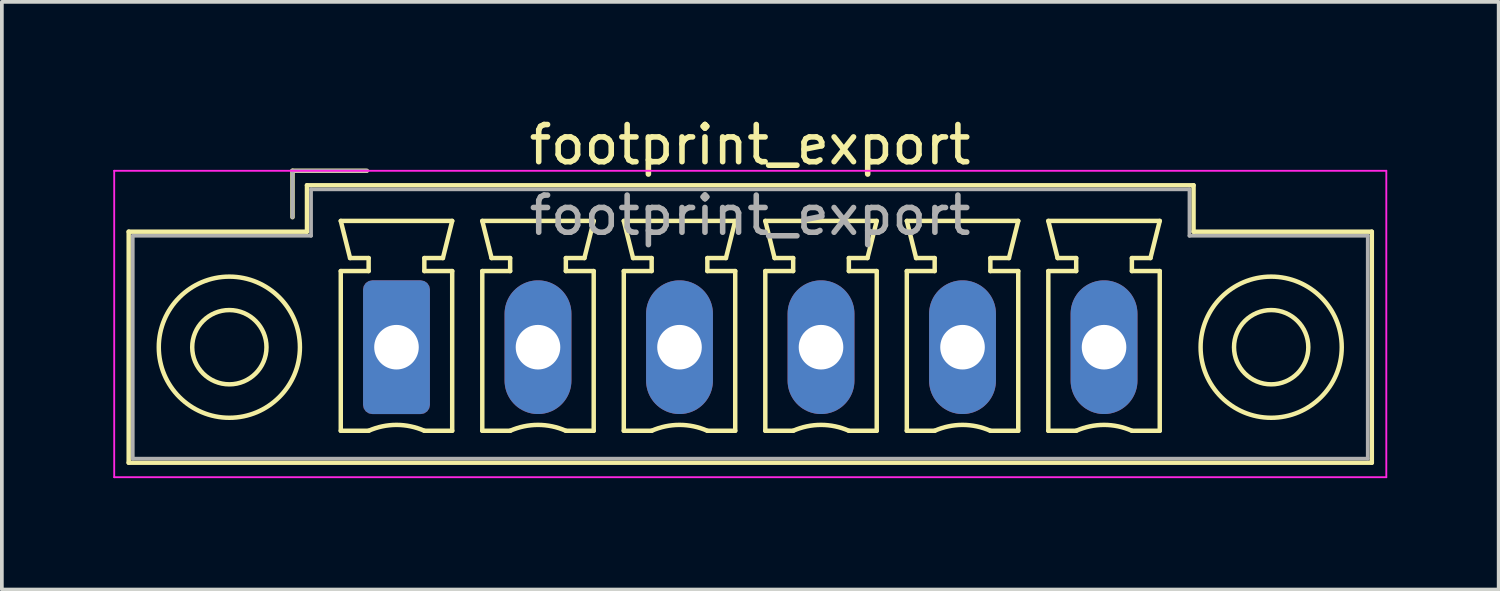
<source format=kicad_pcb>
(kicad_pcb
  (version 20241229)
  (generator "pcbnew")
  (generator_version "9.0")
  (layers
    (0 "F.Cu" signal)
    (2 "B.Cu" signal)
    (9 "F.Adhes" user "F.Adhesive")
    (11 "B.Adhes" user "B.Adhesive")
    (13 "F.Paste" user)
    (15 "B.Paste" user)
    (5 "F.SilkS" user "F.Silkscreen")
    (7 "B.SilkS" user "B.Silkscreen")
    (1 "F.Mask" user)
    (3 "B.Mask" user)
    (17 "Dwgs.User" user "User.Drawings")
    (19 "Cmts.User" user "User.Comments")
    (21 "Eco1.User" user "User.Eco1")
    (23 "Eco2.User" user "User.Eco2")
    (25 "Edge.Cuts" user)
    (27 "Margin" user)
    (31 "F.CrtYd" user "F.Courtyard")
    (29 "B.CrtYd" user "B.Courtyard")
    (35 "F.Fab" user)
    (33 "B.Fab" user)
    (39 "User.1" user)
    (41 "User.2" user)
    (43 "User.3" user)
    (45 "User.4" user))
  (footprint "footprint_export"
    (layer "F.Cu")
    (at 7.625 6.298)
    (property "Reference" "footprint_export" (at 9.52 -5.45 0) (layer "F.SilkS") (effects (font (size 1 1) (thickness 0.15))))
    (attr through_hole)
    (fp_line (start -7.21 -3.11) (end -7.21 3.11) (stroke (width 0.12) (type solid)) (layer "F.SilkS"))
    (fp_line (start -7.21 3.11) (end 26.26 3.11) (stroke (width 0.12) (type solid)) (layer "F.SilkS"))
    (fp_line (start -2.8 -4.75) (end -0.8 -4.75) (stroke (width 0.12) (type solid)) (layer "F.SilkS"))
    (fp_line (start -2.8 -3.5) (end -2.8 -4.75) (stroke (width 0.12) (type solid)) (layer "F.SilkS"))
    (fp_line (start -2.41 -4.36) (end -2.41 -3.11) (stroke (width 0.12) (type solid)) (layer "F.SilkS"))
    (fp_line (start -2.41 -3.11) (end -7.21 -3.11) (stroke (width 0.12) (type solid)) (layer "F.SilkS"))
    (fp_line (start -1.5 -3.4) (end 1.5 -3.4) (stroke (width 0.12) (type solid)) (layer "F.SilkS"))
    (fp_line (start -1.5 -2.05) (end -0.75 -2.05) (stroke (width 0.12) (type solid)) (layer "F.SilkS"))
    (fp_line (start -1.5 2.25) (end -1.5 -2.05) (stroke (width 0.12) (type solid)) (layer "F.SilkS"))
    (fp_line (start -1.25 -2.4) (end -1.5 -3.4) (stroke (width 0.12) (type solid)) (layer "F.SilkS"))
    (fp_line (start -0.75 -2.4) (end -1.25 -2.4) (stroke (width 0.12) (type solid)) (layer "F.SilkS"))
    (fp_line (start -0.75 -2.05) (end -0.75 -2.4) (stroke (width 0.12) (type solid)) (layer "F.SilkS"))
    (fp_line (start -0.75 2.25) (end -1.5 2.25) (stroke (width 0.12) (type solid)) (layer "F.SilkS"))
    (fp_line (start 0.75 -2.4) (end 0.75 -2.05) (stroke (width 0.12) (type solid)) (layer "F.SilkS"))
    (fp_line (start 0.75 -2.05) (end 1.5 -2.05) (stroke (width 0.12) (type solid)) (layer "F.SilkS"))
    (fp_line (start 1.25 -2.4) (end 0.75 -2.4) (stroke (width 0.12) (type solid)) (layer "F.SilkS"))
    (fp_line (start 1.5 -3.4) (end 1.25 -2.4) (stroke (width 0.12) (type solid)) (layer "F.SilkS"))
    (fp_line (start 1.5 -2.05) (end 1.5 2.25) (stroke (width 0.12) (type solid)) (layer "F.SilkS"))
    (fp_line (start 1.5 2.25) (end 0.75 2.25) (stroke (width 0.12) (type solid)) (layer "F.SilkS"))
    (fp_line (start 2.31 -3.4) (end 5.31 -3.4) (stroke (width 0.12) (type solid)) (layer "F.SilkS"))
    (fp_line (start 2.31 -2.05) (end 3.06 -2.05) (stroke (width 0.12) (type solid)) (layer "F.SilkS"))
    (fp_line (start 2.31 2.25) (end 2.31 -2.05) (stroke (width 0.12) (type solid)) (layer "F.SilkS"))
    (fp_line (start 2.56 -2.4) (end 2.31 -3.4) (stroke (width 0.12) (type solid)) (layer "F.SilkS"))
    (fp_line (start 3.06 -2.4) (end 2.56 -2.4) (stroke (width 0.12) (type solid)) (layer "F.SilkS"))
    (fp_line (start 3.06 -2.05) (end 3.06 -2.4) (stroke (width 0.12) (type solid)) (layer "F.SilkS"))
    (fp_line (start 3.06 2.25) (end 2.31 2.25) (stroke (width 0.12) (type solid)) (layer "F.SilkS"))
    (fp_line (start 4.56 -2.4) (end 4.56 -2.05) (stroke (width 0.12) (type solid)) (layer "F.SilkS"))
    (fp_line (start 4.56 -2.05) (end 5.31 -2.05) (stroke (width 0.12) (type solid)) (layer "F.SilkS"))
    (fp_line (start 5.06 -2.4) (end 4.56 -2.4) (stroke (width 0.12) (type solid)) (layer "F.SilkS"))
    (fp_line (start 5.31 -3.4) (end 5.06 -2.4) (stroke (width 0.12) (type solid)) (layer "F.SilkS"))
    (fp_line (start 5.31 -2.05) (end 5.31 2.25) (stroke (width 0.12) (type solid)) (layer "F.SilkS"))
    (fp_line (start 5.31 2.25) (end 4.56 2.25) (stroke (width 0.12) (type solid)) (layer "F.SilkS"))
    (fp_line (start 6.12 -3.4) (end 9.12 -3.4) (stroke (width 0.12) (type solid)) (layer "F.SilkS"))
    (fp_line (start 6.12 -2.05) (end 6.87 -2.05) (stroke (width 0.12) (type solid)) (layer "F.SilkS"))
    (fp_line (start 6.12 2.25) (end 6.12 -2.05) (stroke (width 0.12) (type solid)) (layer "F.SilkS"))
    (fp_line (start 6.37 -2.4) (end 6.12 -3.4) (stroke (width 0.12) (type solid)) (layer "F.SilkS"))
    (fp_line (start 6.87 -2.4) (end 6.37 -2.4) (stroke (width 0.12) (type solid)) (layer "F.SilkS"))
    (fp_line (start 6.87 -2.05) (end 6.87 -2.4) (stroke (width 0.12) (type solid)) (layer "F.SilkS"))
    (fp_line (start 6.87 2.25) (end 6.12 2.25) (stroke (width 0.12) (type solid)) (layer "F.SilkS"))
    (fp_line (start 8.37 -2.4) (end 8.37 -2.05) (stroke (width 0.12) (type solid)) (layer "F.SilkS"))
    (fp_line (start 8.37 -2.05) (end 9.12 -2.05) (stroke (width 0.12) (type solid)) (layer "F.SilkS"))
    (fp_line (start 8.87 -2.4) (end 8.37 -2.4) (stroke (width 0.12) (type solid)) (layer "F.SilkS"))
    (fp_line (start 9.12 -3.4) (end 8.87 -2.4) (stroke (width 0.12) (type solid)) (layer "F.SilkS"))
    (fp_line (start 9.12 -2.05) (end 9.12 2.25) (stroke (width 0.12) (type solid)) (layer "F.SilkS"))
    (fp_line (start 9.12 2.25) (end 8.37 2.25) (stroke (width 0.12) (type solid)) (layer "F.SilkS"))
    (fp_line (start 9.93 -3.4) (end 12.93 -3.4) (stroke (width 0.12) (type solid)) (layer "F.SilkS"))
    (fp_line (start 9.93 -2.05) (end 10.68 -2.05) (stroke (width 0.12) (type solid)) (layer "F.SilkS"))
    (fp_line (start 9.93 2.25) (end 9.93 -2.05) (stroke (width 0.12) (type solid)) (layer "F.SilkS"))
    (fp_line (start 10.18 -2.4) (end 9.93 -3.4) (stroke (width 0.12) (type solid)) (layer "F.SilkS"))
    (fp_line (start 10.68 -2.4) (end 10.18 -2.4) (stroke (width 0.12) (type solid)) (layer "F.SilkS"))
    (fp_line (start 10.68 -2.05) (end 10.68 -2.4) (stroke (width 0.12) (type solid)) (layer "F.SilkS"))
    (fp_line (start 10.68 2.25) (end 9.93 2.25) (stroke (width 0.12) (type solid)) (layer "F.SilkS"))
    (fp_line (start 12.18 -2.4) (end 12.18 -2.05) (stroke (width 0.12) (type solid)) (layer "F.SilkS"))
    (fp_line (start 12.18 -2.05) (end 12.93 -2.05) (stroke (width 0.12) (type solid)) (layer "F.SilkS"))
    (fp_line (start 12.68 -2.4) (end 12.18 -2.4) (stroke (width 0.12) (type solid)) (layer "F.SilkS"))
    (fp_line (start 12.93 -3.4) (end 12.68 -2.4) (stroke (width 0.12) (type solid)) (layer "F.SilkS"))
    (fp_line (start 12.93 -2.05) (end 12.93 2.25) (stroke (width 0.12) (type solid)) (layer "F.SilkS"))
    (fp_line (start 12.93 2.25) (end 12.18 2.25) (stroke (width 0.12) (type solid)) (layer "F.SilkS"))
    (fp_line (start 13.74 -3.4) (end 16.74 -3.4) (stroke (width 0.12) (type solid)) (layer "F.SilkS"))
    (fp_line (start 13.74 -2.05) (end 14.49 -2.05) (stroke (width 0.12) (type solid)) (layer "F.SilkS"))
    (fp_line (start 13.74 2.25) (end 13.74 -2.05) (stroke (width 0.12) (type solid)) (layer "F.SilkS"))
    (fp_line (start 13.99 -2.4) (end 13.74 -3.4) (stroke (width 0.12) (type solid)) (layer "F.SilkS"))
    (fp_line (start 14.49 -2.4) (end 13.99 -2.4) (stroke (width 0.12) (type solid)) (layer "F.SilkS"))
    (fp_line (start 14.49 -2.05) (end 14.49 -2.4) (stroke (width 0.12) (type solid)) (layer "F.SilkS"))
    (fp_line (start 14.49 2.25) (end 13.74 2.25) (stroke (width 0.12) (type solid)) (layer "F.SilkS"))
    (fp_line (start 15.99 -2.4) (end 15.99 -2.05) (stroke (width 0.12) (type solid)) (layer "F.SilkS"))
    (fp_line (start 15.99 -2.05) (end 16.74 -2.05) (stroke (width 0.12) (type solid)) (layer "F.SilkS"))
    (fp_line (start 16.49 -2.4) (end 15.99 -2.4) (stroke (width 0.12) (type solid)) (layer "F.SilkS"))
    (fp_line (start 16.74 -3.4) (end 16.49 -2.4) (stroke (width 0.12) (type solid)) (layer "F.SilkS"))
    (fp_line (start 16.74 -2.05) (end 16.74 2.25) (stroke (width 0.12) (type solid)) (layer "F.SilkS"))
    (fp_line (start 16.74 2.25) (end 15.99 2.25) (stroke (width 0.12) (type solid)) (layer "F.SilkS"))
    (fp_line (start 17.55 -3.4) (end 20.55 -3.4) (stroke (width 0.12) (type solid)) (layer "F.SilkS"))
    (fp_line (start 17.55 -2.05) (end 18.3 -2.05) (stroke (width 0.12) (type solid)) (layer "F.SilkS"))
    (fp_line (start 17.55 2.25) (end 17.55 -2.05) (stroke (width 0.12) (type solid)) (layer "F.SilkS"))
    (fp_line (start 17.8 -2.4) (end 17.55 -3.4) (stroke (width 0.12) (type solid)) (layer "F.SilkS"))
    (fp_line (start 18.3 -2.4) (end 17.8 -2.4) (stroke (width 0.12) (type solid)) (layer "F.SilkS"))
    (fp_line (start 18.3 -2.05) (end 18.3 -2.4) (stroke (width 0.12) (type solid)) (layer "F.SilkS"))
    (fp_line (start 18.3 2.25) (end 17.55 2.25) (stroke (width 0.12) (type solid)) (layer "F.SilkS"))
    (fp_line (start 19.8 -2.4) (end 19.8 -2.05) (stroke (width 0.12) (type solid)) (layer "F.SilkS"))
    (fp_line (start 19.8 -2.05) (end 20.55 -2.05) (stroke (width 0.12) (type solid)) (layer "F.SilkS"))
    (fp_line (start 20.3 -2.4) (end 19.8 -2.4) (stroke (width 0.12) (type solid)) (layer "F.SilkS"))
    (fp_line (start 20.55 -3.4) (end 20.3 -2.4) (stroke (width 0.12) (type solid)) (layer "F.SilkS"))
    (fp_line (start 20.55 -2.05) (end 20.55 2.25) (stroke (width 0.12) (type solid)) (layer "F.SilkS"))
    (fp_line (start 20.55 2.25) (end 19.8 2.25) (stroke (width 0.12) (type solid)) (layer "F.SilkS"))
    (fp_line (start 21.46 -4.36) (end -2.41 -4.36) (stroke (width 0.12) (type solid)) (layer "F.SilkS"))
    (fp_line (start 21.46 -3.11) (end 21.46 -4.36) (stroke (width 0.12) (type solid)) (layer "F.SilkS"))
    (fp_line (start 26.26 -3.11) (end 21.46 -3.11) (stroke (width 0.12) (type solid)) (layer "F.SilkS"))
    (fp_line (start 26.26 3.11) (end 26.26 -3.11) (stroke (width 0.12) (type solid)) (layer "F.SilkS"))
    (fp_arc (start -0.75 2.25) (mid -0.000193 2.09191) (end 0.749647 2.249844) (stroke (width 0.12) (type solid)) (layer "F.SilkS"))
    (fp_arc (start 3.06 2.25) (mid 3.809807 2.09191) (end 4.559647 2.249844) (stroke (width 0.12) (type solid)) (layer "F.SilkS"))
    (fp_arc (start 6.87 2.25) (mid 7.619807 2.09191) (end 8.369647 2.249844) (stroke (width 0.12) (type solid)) (layer "F.SilkS"))
    (fp_arc (start 10.68 2.25) (mid 11.429807 2.09191) (end 12.179647 2.249844) (stroke (width 0.12) (type solid)) (layer "F.SilkS"))
    (fp_arc (start 14.49 2.25) (mid 15.239807 2.09191) (end 15.989647 2.249844) (stroke (width 0.12) (type solid)) (layer "F.SilkS"))
    (fp_arc (start 18.3 2.25) (mid 19.049807 2.09191) (end 19.799647 2.249844) (stroke (width 0.12) (type solid)) (layer "F.SilkS"))
    (fp_circle (center -4.5 0) (end -3.5 0) (stroke (width 0.12) (type solid)) (fill no) (layer "F.SilkS"))
    (fp_circle (center -4.5 0) (end -2.6 0) (stroke (width 0.12) (type solid)) (fill no) (layer "F.SilkS"))
    (fp_circle (center 23.55 0) (end 24.55 0) (stroke (width 0.12) (type solid)) (fill no) (layer "F.SilkS"))
    (fp_circle (center 23.55 0) (end 25.45 0) (stroke (width 0.12) (type solid)) (fill no) (layer "F.SilkS"))
    (fp_line (start -7.6 -4.75) (end -7.6 3.5) (stroke (width 0.05) (type solid)) (layer "F.CrtYd"))
    (fp_line (start -7.6 3.5) (end 26.65 3.5) (stroke (width 0.05) (type solid)) (layer "F.CrtYd"))
    (fp_line (start 26.65 -4.75) (end -7.6 -4.75) (stroke (width 0.05) (type solid)) (layer "F.CrtYd"))
    (fp_line (start 26.65 3.5) (end 26.65 -4.75) (stroke (width 0.05) (type solid)) (layer "F.CrtYd"))
    (fp_line (start -7.1 -3) (end -7.1 3) (stroke (width 0.1) (type solid)) (layer "F.Fab"))
    (fp_line (start -7.1 3) (end 26.15 3) (stroke (width 0.1) (type solid)) (layer "F.Fab"))
    (fp_line (start -2.8 -4.75) (end -0.8 -4.75) (stroke (width 0.1) (type solid)) (layer "F.Fab"))
    (fp_line (start -2.8 -3.5) (end -2.8 -4.75) (stroke (width 0.1) (type solid)) (layer "F.Fab"))
    (fp_line (start -2.3 -4.25) (end -2.3 -3) (stroke (width 0.1) (type solid)) (layer "F.Fab"))
    (fp_line (start -2.3 -3) (end -7.1 -3) (stroke (width 0.1) (type solid)) (layer "F.Fab"))
    (fp_line (start 21.35 -4.25) (end -2.3 -4.25) (stroke (width 0.1) (type solid)) (layer "F.Fab"))
    (fp_line (start 21.35 -3) (end 21.35 -4.25) (stroke (width 0.1) (type solid)) (layer "F.Fab"))
    (fp_line (start 26.15 -3) (end 21.35 -3) (stroke (width 0.1) (type solid)) (layer "F.Fab"))
    (fp_line (start 26.15 3) (end 26.15 -3) (stroke (width 0.1) (type solid)) (layer "F.Fab"))
    (fp_text user "${REFERENCE}" (at 9.52 -3.55 0) (layer "F.Fab") (effects (font (size 1 1) (thickness 0.15))))
    (pad "1" thru_hole roundrect (at 0 0) (size 1.8 3.6) (drill 1.2) (layers "*.Cu" "*.Mask") (roundrect_rratio 0.139))
    (pad "2" thru_hole oval (at 3.81 0) (size 1.8 3.6) (drill 1.2) (layers "*.Cu" "*.Mask"))
    (pad "3" thru_hole oval (at 7.62 0) (size 1.8 3.6) (drill 1.2) (layers "*.Cu" "*.Mask"))
    (pad "4" thru_hole oval (at 11.43 0) (size 1.8 3.6) (drill 1.2) (layers "*.Cu" "*.Mask"))
    (pad "5" thru_hole oval (at 15.24 0) (size 1.8 3.6) (drill 1.2) (layers "*.Cu" "*.Mask"))
    (pad "6" thru_hole oval (at 19.05 0) (size 1.8 3.6) (drill 1.2) (layers "*.Cu" "*.Mask")))
  (gr_rect
    (start -3 -3)
    (end 37.3 12.823)
    (stroke (width 0.1) (type default))
    (fill no)
    (layer "Edge.Cuts")))
</source>
